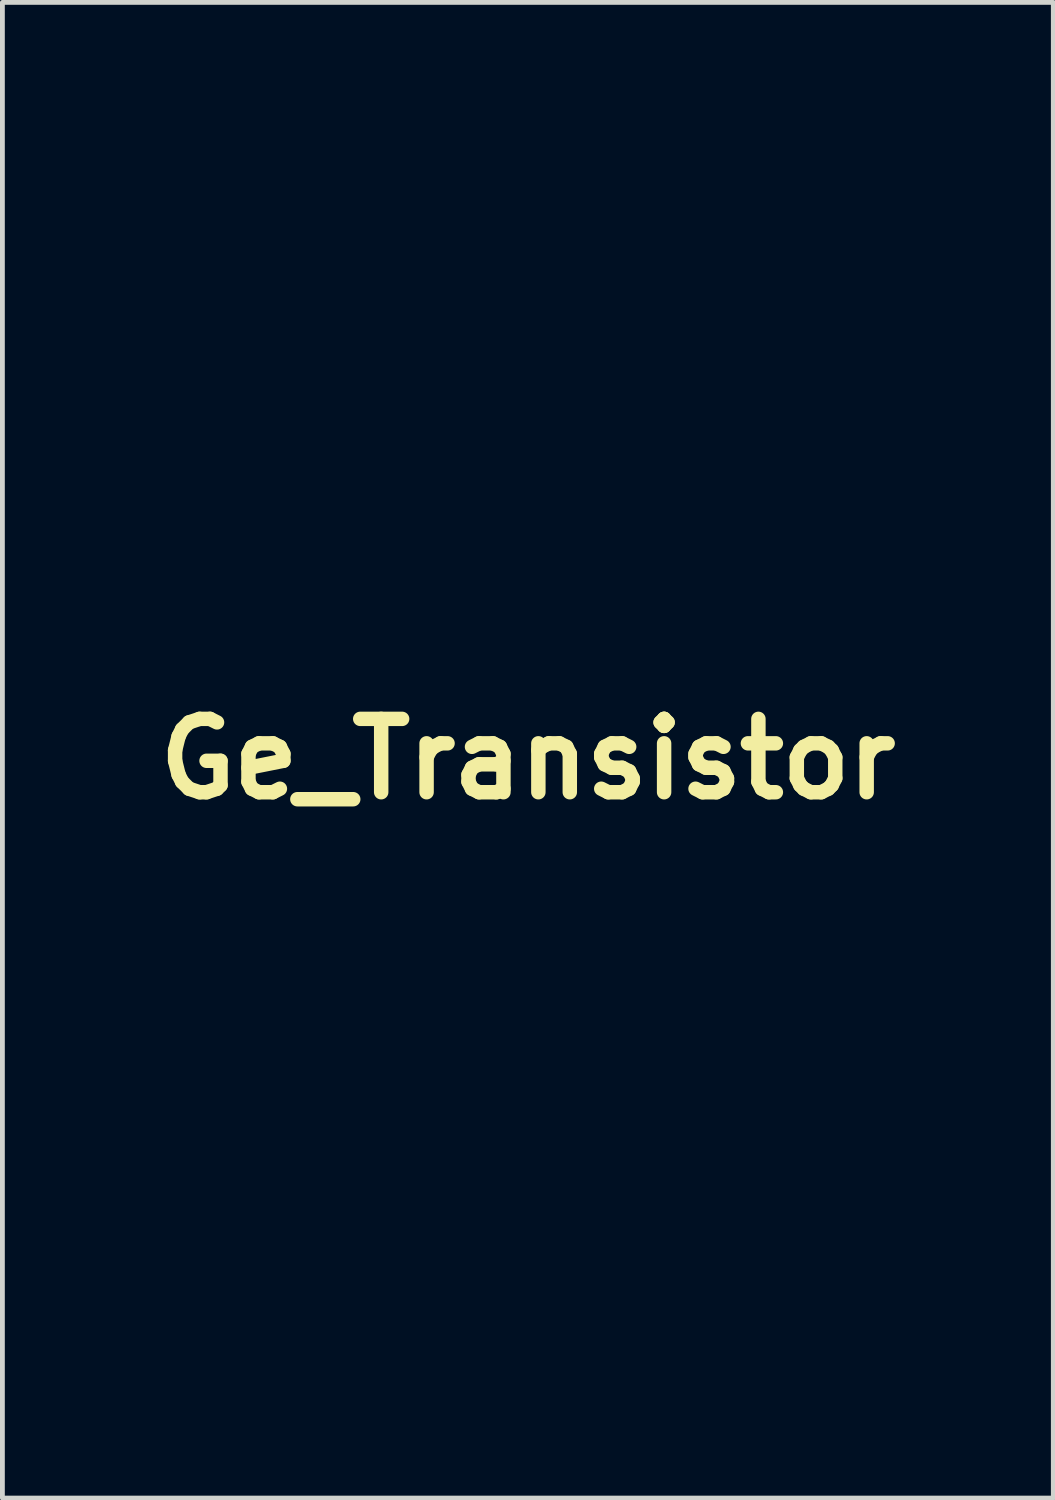
<source format=kicad_pcb>
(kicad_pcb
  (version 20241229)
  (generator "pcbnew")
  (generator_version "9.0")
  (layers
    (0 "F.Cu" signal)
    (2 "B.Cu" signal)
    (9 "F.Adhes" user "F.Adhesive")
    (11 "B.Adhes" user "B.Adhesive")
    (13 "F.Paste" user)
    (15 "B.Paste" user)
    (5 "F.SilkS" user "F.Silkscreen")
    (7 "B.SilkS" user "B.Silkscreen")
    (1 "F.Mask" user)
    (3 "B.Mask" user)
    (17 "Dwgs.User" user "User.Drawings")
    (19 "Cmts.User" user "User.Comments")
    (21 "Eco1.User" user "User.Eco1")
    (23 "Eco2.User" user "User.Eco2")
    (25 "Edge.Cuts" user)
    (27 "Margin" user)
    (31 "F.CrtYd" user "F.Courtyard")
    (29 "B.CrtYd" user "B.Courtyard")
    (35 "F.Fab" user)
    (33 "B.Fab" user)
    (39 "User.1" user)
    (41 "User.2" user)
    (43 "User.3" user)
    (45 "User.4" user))
  (footprint "Ge_Transistor"
    (layer "F.Cu")
    (at 7.918 12.721)
    (property "Reference" "Ge_Transistor" (at 0 0 0) (layer "F.SilkS") (effects (font (size 1.524 1.524) (thickness 0.3))))
    (attr through_hole)
    (fp_poly (pts (xy -4.318 -10.795) (xy -4.36 -10.753) (xy -4.403 -10.795) (xy -4.36 -10.837) (xy -4.318 -10.795)) (stroke (width 0.01) (type solid)) (fill no) (layer "Eco2.User"))
    (fp_poly (pts (xy 0.085 1.82) (xy 0.042 1.863) (xy 0 1.82) (xy 0.042 1.778) (xy 0.085 1.82)) (stroke (width 0.01) (type solid)) (fill no) (layer "Eco2.User"))
    (fp_poly (pts (xy -0.108 12.226) (xy -0.133 12.264) (xy -0.219 12.27) (xy -0.309 12.249) (xy -0.27 12.219) (xy -0.138 12.209) (xy -0.108 12.226)) (stroke (width 0.01) (type solid)) (fill no) (layer "Eco2.User"))
    (fp_poly (pts (xy 0.084 2.022) (xy 0.093 2.235) (xy 0.088 2.277) (xy 0.121 2.417) (xy 0.151 2.446) (xy 0.181 2.559) (xy 0.134 2.776) (xy 0.13 2.789) (xy 0.059 2.966) (xy 0.008 2.994) (xy -0.027 2.93) (xy -0.067 2.747) (xy -0.083 2.502) (xy -0.078 2.251) (xy -0.053 2.048) (xy -0.009 1.95) (xy 0 1.947) (xy 0.084 2.022)) (stroke (width 0.01) (type solid)) (fill no) (layer "Eco2.User"))
    (fp_poly (pts (xy -1.575 -7.197) (xy -1.087 -7.194) (xy -0.744 -7.185) (xy -0.518 -7.166) (xy -0.385 -7.135) (xy -0.32 -7.089) (xy -0.305 -7.063) (xy -0.283 -6.923) (xy -0.265 -6.659) (xy -0.254 -6.316) (xy -0.251 -6.11) (xy -0.248 -5.738) (xy -0.237 -5.511) (xy -0.214 -5.406) (xy -0.175 -5.4) (xy -0.127 -5.453) (xy -0.027 -5.554) (xy 0.028 -5.514) (xy 0.035 -5.495) (xy 0.086 -5.264) (xy 0.133 -4.923) (xy 0.17 -4.532) (xy 0.194 -4.149) (xy 0.198 -3.833) (xy 0.187 -3.683) (xy 0.157 -3.393) (xy 0.142 -3.042) (xy 0.141 -2.879) (xy 0.143 -2.61) (xy 0.144 -2.224) (xy 0.144 -1.772) (xy 0.143 -1.312) (xy 0.141 -0.776) (xy 0.139 -0.186) (xy 0.138 0.378) (xy 0.137 0.741) (xy 0.132 1.12) (xy 0.119 1.427) (xy 0.1 1.629) (xy 0.08 1.693) (xy 0.033 1.609) (xy -0.005 1.356) (xy -0.037 0.937) (xy -0.061 0.351) (xy -0.078 -0.399) (xy -0.087 -1.314) (xy -0.088 -2.376) (xy -0.089 -3.184) (xy -0.095 -3.87) (xy -0.106 -4.424) (xy -0.122 -4.838) (xy -0.142 -5.101) (xy -0.166 -5.205) (xy -0.166 -5.205) (xy -0.195 -5.141) (xy -0.218 -4.912) (xy -0.235 -4.525) (xy -0.246 -3.984) (xy -0.252 -3.295) (xy -0.252 -3.115) (xy -0.255 -2.361) (xy -0.262 -1.507) (xy -0.273 -0.618) (xy -0.286 0.241) (xy -0.301 1.006) (xy -0.303 1.122) (xy -0.352 3.218) (xy -0.155 3.298) (xy 0.042 3.378) (xy -0.148 3.435) (xy -0.276 3.505) (xy -0.33 3.65) (xy -0.339 3.827) (xy -0.318 4.056) (xy -0.255 4.131) (xy -0.233 4.127) (xy -0.161 4.026) (xy -0.127 3.83) (xy -0.127 3.81) (xy -0.098 3.609) (xy -0.029 3.496) (xy -0.021 3.493) (xy 0.032 3.481) (xy 0.068 3.504) (xy 0.089 3.588) (xy 0.099 3.757) (xy 0.098 4.037) (xy 0.091 4.453) (xy 0.088 4.614) (xy 0.089 5.066) (xy 0.109 5.523) (xy 0.143 5.916) (xy 0.169 6.094) (xy 0.218 6.42) (xy 0.218 6.606) (xy 0.175 6.673) (xy 0.037 6.786) (xy -0.038 6.966) (xy -0.017 7.131) (xy -0.005 7.148) (xy 0.057 7.299) (xy 0.116 7.57) (xy 0.167 7.914) (xy 0.204 8.281) (xy 0.222 8.625) (xy 0.215 8.896) (xy 0.204 8.975) (xy 0.178 9.175) (xy 0.154 9.499) (xy 0.135 9.902) (xy 0.122 10.329) (xy 0.114 10.779) (xy 0.105 11.208) (xy 0.098 11.564) (xy 0.093 11.787) (xy 0.078 12.028) (xy 0.038 12.134) (xy -0.042 12.138) (xy -0.051 12.135) (xy -0.082 12.11) (xy -0.109 12.051) (xy -0.13 11.945) (xy -0.146 11.776) (xy -0.157 11.531) (xy -0.164 11.195) (xy -0.168 10.754) (xy -0.168 10.193) (xy -0.165 9.498) (xy -0.159 8.654) (xy -0.156 8.229) (xy -0.15 7.265) (xy -0.147 6.46) (xy -0.149 5.803) (xy -0.154 5.283) (xy -0.163 4.888) (xy -0.176 4.608) (xy -0.195 4.432) (xy -0.218 4.35) (xy -0.227 4.341) (xy -0.265 4.374) (xy -0.293 4.511) (xy -0.313 4.769) (xy -0.325 5.16) (xy -0.332 5.702) (xy -0.332 5.89) (xy -0.337 7.105) (xy -0.342 8.203) (xy -0.349 9.177) (xy -0.356 10.021) (xy -0.365 10.728) (xy -0.375 11.292) (xy -0.385 11.704) (xy -0.396 11.959) (xy -0.405 12.044) (xy -0.466 12.181) (xy -0.529 12.163) (xy -0.586 12.001) (xy -0.623 11.748) (xy -0.637 11.491) (xy -0.644 11.115) (xy -0.644 10.668) (xy -0.637 10.198) (xy -0.636 10.16) (xy -0.608 8.987) (xy -0.584 7.925) (xy -0.565 6.981) (xy -0.551 6.164) (xy -0.542 5.48) (xy -0.538 4.938) (xy -0.54 4.545) (xy -0.547 4.308) (xy -0.55 4.276) (xy -0.085 4.276) (xy -0.042 4.318) (xy 0 4.276) (xy -0.042 4.233) (xy -0.085 4.276) (xy -0.55 4.276) (xy -0.555 4.238) (xy -0.579 4.092) (xy -0.598 3.82) (xy -0.612 3.459) (xy -0.621 3.043) (xy -0.624 2.608) (xy -0.622 2.191) (xy -0.614 1.826) (xy -0.599 1.549) (xy -0.579 1.395) (xy -0.572 1.379) (xy -0.545 1.26) (xy -0.526 1) (xy -0.515 0.628) (xy -0.512 0.173) (xy -0.516 -0.337) (xy -0.529 -0.873) (xy -0.549 -1.406) (xy -0.565 -1.693) (xy -0.597 -2.423) (xy -0.598 -3.007) (xy -0.568 -3.463) (xy -0.507 -3.81) (xy -0.504 -3.842) (xy -0.503 -3.92) (xy -0.504 -4.064) (xy -0.509 -4.293) (xy -0.517 -4.627) (xy -0.529 -5.086) (xy -0.546 -5.69) (xy -0.55 -5.842) (xy -0.562 -6.31) (xy -0.574 -6.635) (xy -0.594 -6.842) (xy -0.633 -6.957) (xy -0.697 -7.007) (xy -0.798 -7.017) (xy -0.942 -7.013) (xy -0.953 -7.013) (xy -1.284 -6.962) (xy -1.459 -6.854) (xy -1.598 -6.753) (xy -1.774 -6.752) (xy -1.882 -6.779) (xy -2.151 -6.845) (xy -2.298 -6.832) (xy -2.359 -6.719) (xy -2.371 -6.49) (xy -2.397 -6.176) (xy -2.464 -5.826) (xy -2.495 -5.711) (xy -2.563 -5.441) (xy -2.562 -5.292) (xy -2.52 -5.237) (xy -2.494 -5.139) (xy -2.472 -4.899) (xy -2.456 -4.543) (xy -2.444 -4.098) (xy -2.437 -3.592) (xy -2.435 -3.05) (xy -2.437 -2.5) (xy -2.444 -1.969) (xy -2.456 -1.483) (xy -2.473 -1.069) (xy -2.494 -0.754) (xy -2.52 -0.566) (xy -2.522 -0.556) (xy -2.577 -0.382) (xy -2.623 -0.292) (xy -2.662 -0.295) (xy -2.693 -0.402) (xy -2.718 -0.621) (xy -2.738 -0.962) (xy -2.753 -1.434) (xy -2.764 -2.047) (xy -2.772 -2.811) (xy -2.778 -3.724) (xy -2.789 -6.223) (xy -2.54 -6.223) (xy -2.498 -6.181) (xy -2.455 -6.223) (xy -2.498 -6.265) (xy -2.54 -6.223) (xy -2.789 -6.223) (xy -2.793 -7.197) (xy -1.575 -7.197)) (stroke (width 0.01) (type solid)) (fill no) (layer "Eco2.User"))
    (fp_poly (pts (xy -3.367 -12.679) (xy -2.859 -12.598) (xy -2.452 -12.55) (xy -2.08 -12.533) (xy -1.679 -12.545) (xy -1.187 -12.582) (xy -1.081 -12.591) (xy -0.708 -12.62) (xy -0.474 -12.621) (xy -0.346 -12.595) (xy -0.297 -12.545) (xy -0.188 -12.485) (xy 0.061 -12.466) (xy 0.425 -12.488) (xy 0.882 -12.55) (xy 1.027 -12.576) (xy 1.268 -12.592) (xy 1.392 -12.539) (xy 1.502 -12.476) (xy 1.688 -12.449) (xy 1.88 -12.458) (xy 2.011 -12.502) (xy 2.032 -12.54) (xy 2.112 -12.59) (xy 2.353 -12.61) (xy 2.69 -12.603) (xy 3.052 -12.578) (xy 3.292 -12.534) (xy 3.457 -12.459) (xy 3.553 -12.383) (xy 3.712 -12.251) (xy 3.822 -12.192) (xy 3.826 -12.192) (xy 3.875 -12.119) (xy 3.893 -11.959) (xy 3.876 -11.813) (xy 3.825 -11.832) (xy 3.822 -11.837) (xy 3.788 -11.807) (xy 3.754 -11.629) (xy 3.723 -11.326) (xy 3.701 -10.991) (xy 3.685 -10.567) (xy 3.688 -10.233) (xy 3.707 -10.017) (xy 3.73 -9.953) (xy 3.776 -9.827) (xy 3.805 -9.595) (xy 3.81 -9.44) (xy 3.827 -9.174) (xy 3.871 -8.974) (xy 3.903 -8.916) (xy 3.941 -8.796) (xy 3.855 -8.609) (xy 3.852 -8.606) (xy 3.753 -8.351) (xy 3.764 -8.067) (xy 3.807 -7.872) (xy 3.882 -7.776) (xy 4.04 -7.739) (xy 4.213 -7.729) (xy 4.459 -7.736) (xy 4.629 -7.776) (xy 4.665 -7.804) (xy 4.762 -7.854) (xy 4.96 -7.814) (xy 4.996 -7.802) (xy 5.204 -7.751) (xy 5.346 -7.755) (xy 5.353 -7.759) (xy 5.4 -7.74) (xy 5.382 -7.638) (xy 5.374 -7.477) (xy 5.415 -7.41) (xy 5.49 -7.289) (xy 5.503 -7.194) (xy 5.463 -7.078) (xy 5.368 -7.085) (xy 5.219 -7.077) (xy 5.167 -7.031) (xy 5.048 -6.973) (xy 4.771 -6.931) (xy 4.33 -6.905) (xy 4.193 -6.9) (xy 3.725 -6.88) (xy 3.407 -6.844) (xy 3.219 -6.792) (xy 3.163 -6.755) (xy 3.108 -6.658) (xy 3.061 -6.477) (xy 3.022 -6.199) (xy 2.99 -5.81) (xy 2.963 -5.297) (xy 2.942 -4.647) (xy 2.923 -3.846) (xy 2.917 -3.514) (xy 2.907 -2.958) (xy 2.894 -2.426) (xy 2.881 -1.954) (xy 2.868 -1.578) (xy 2.856 -1.334) (xy 2.856 -1.33) (xy 2.848 -1.059) (xy 2.86 -0.866) (xy 2.883 -0.802) (xy 2.899 -0.711) (xy 2.914 -0.472) (xy 2.926 -0.108) (xy 2.937 0.36) (xy 2.944 0.909) (xy 2.948 1.518) (xy 2.948 1.603) (xy 2.954 2.446) (xy 2.966 3.128) (xy 2.986 3.656) (xy 3.013 4.037) (xy 3.048 4.278) (xy 3.059 4.322) (xy 3.118 4.55) (xy 3.112 4.673) (xy 3.038 4.745) (xy 3.028 4.751) (xy 2.974 4.801) (xy 2.938 4.899) (xy 2.918 5.072) (xy 2.913 5.345) (xy 2.919 5.747) (xy 2.926 6.02) (xy 2.934 6.531) (xy 2.927 6.945) (xy 2.905 7.236) (xy 2.873 7.376) (xy 2.831 7.551) (xy 2.854 7.643) (xy 2.885 7.775) (xy 2.913 8.048) (xy 2.935 8.434) (xy 2.952 8.904) (xy 2.962 9.43) (xy 2.966 9.983) (xy 2.963 10.536) (xy 2.952 11.059) (xy 2.933 11.525) (xy 2.929 11.596) (xy 2.901 11.936) (xy 2.86 12.143) (xy 2.796 12.252) (xy 2.737 12.289) (xy 2.509 12.35) (xy 2.356 12.302) (xy 2.278 12.225) (xy 2.208 12.05) (xy 2.206 12.022) (xy 2.38 12.022) (xy 2.408 12.084) (xy 2.441 12.064) (xy 2.473 11.949) (xy 2.502 11.668) (xy 2.527 11.222) (xy 2.55 10.614) (xy 2.57 9.846) (xy 2.58 9.355) (xy 2.606 7.86) (xy 2.628 6.527) (xy 2.646 5.347) (xy 2.66 4.311) (xy 2.67 3.411) (xy 2.676 2.64) (xy 2.679 1.988) (xy 2.677 1.448) (xy 2.672 1.011) (xy 2.662 0.669) (xy 2.649 0.415) (xy 2.632 0.238) (xy 2.612 0.133) (xy 2.59 0.091) (xy 2.567 0.092) (xy 2.546 0.142) (xy 2.529 0.254) (xy 2.514 0.437) (xy 2.502 0.703) (xy 2.492 1.063) (xy 2.483 1.528) (xy 2.477 2.107) (xy 2.471 2.813) (xy 2.467 3.657) (xy 2.464 4.648) (xy 2.462 5.733) (xy 2.459 6.713) (xy 2.455 7.65) (xy 2.45 8.53) (xy 2.444 9.336) (xy 2.437 10.056) (xy 2.429 10.672) (xy 2.421 11.172) (xy 2.413 11.54) (xy 2.404 11.76) (xy 2.4 11.811) (xy 2.38 12.022) (xy 2.206 12.022) (xy 2.189 11.81) (xy 2.191 11.79) (xy 2.182 11.575) (xy 2.128 11.439) (xy 2.118 11.431) (xy 2.064 11.346) (xy 2.077 11.171) (xy 2.118 11.003) (xy 2.169 10.72) (xy 2.178 10.464) (xy 2.17 10.406) (xy 2.161 10.157) (xy 2.203 9.899) (xy 2.239 9.686) (xy 2.217 9.538) (xy 2.213 9.532) (xy 2.188 9.415) (xy 2.172 9.167) (xy 2.166 8.822) (xy 2.171 8.424) (xy 2.197 7.434) (xy 2.216 6.602) (xy 2.228 5.919) (xy 2.233 5.372) (xy 2.231 4.953) (xy 2.222 4.65) (xy 2.206 4.452) (xy 2.183 4.349) (xy 2.176 4.337) (xy 2.139 4.178) (xy 2.151 3.857) (xy 2.194 3.499) (xy 2.242 3.088) (xy 2.248 2.824) (xy 2.214 2.69) (xy 2.206 2.68) (xy 2.135 2.525) (xy 2.121 2.314) (xy 2.162 2.13) (xy 2.212 2.068) (xy 2.252 1.959) (xy 2.267 1.732) (xy 2.26 1.433) (xy 2.235 1.112) (xy 2.196 0.816) (xy 2.146 0.593) (xy 2.093 0.494) (xy 2.044 0.4) (xy 2.108 0.228) (xy 2.159 0.122) (xy 2.194 0.009) (xy 2.213 -0.139) (xy 2.216 -0.352) (xy 2.205 -0.659) (xy 2.182 -1.09) (xy 2.163 -1.397) (xy 2.142 -1.859) (xy 2.141 -2.243) (xy 2.158 -2.516) (xy 2.179 -2.62) (xy 2.207 -2.878) (xy 2.165 -2.993) (xy 2.475 -2.993) (xy 2.475 -2.339) (xy 2.476 -2.201) (xy 2.484 -1.495) (xy 2.496 -0.949) (xy 2.513 -0.555) (xy 2.535 -0.304) (xy 2.564 -0.187) (xy 2.6 -0.195) (xy 2.644 -0.319) (xy 2.647 -0.332) (xy 2.641 -0.509) (xy 2.598 -0.586) (xy 2.551 -0.664) (xy 2.6 -0.677) (xy 2.635 -0.74) (xy 2.659 -0.933) (xy 2.673 -1.268) (xy 2.677 -1.753) (xy 2.672 -2.307) (xy 2.664 -2.925) (xy 2.656 -3.395) (xy 2.648 -3.736) (xy 2.638 -3.969) (xy 2.626 -4.115) (xy 2.608 -4.194) (xy 2.585 -4.227) (xy 2.554 -4.233) (xy 2.542 -4.233) (xy 2.515 -4.15) (xy 2.495 -3.909) (xy 2.481 -3.52) (xy 2.475 -2.993) (xy 2.165 -2.993) (xy 2.146 -3.043) (xy 2.08 -3.247) (xy 2.043 -3.514) (xy 2.035 -3.791) (xy 2.058 -4.023) (xy 2.113 -4.156) (xy 2.131 -4.168) (xy 2.193 -4.271) (xy 2.205 -4.496) (xy 2.202 -4.534) (xy 2.176 -5.069) (xy 2.179 -5.715) (xy 2.186 -5.969) (xy 2.196 -6.299) (xy 2.203 -6.621) (xy 2.205 -6.714) (xy 2.209 -7.036) (xy 1.983 -6.888) (xy 1.821 -6.794) (xy 1.729 -6.798) (xy 1.653 -6.884) (xy 1.526 -6.997) (xy 1.407 -7.025) (xy 1.355 -6.953) (xy 1.282 -6.869) (xy 1.105 -6.825) (xy 0.882 -6.826) (xy 0.675 -6.875) (xy 0.611 -6.908) (xy 0.45 -6.995) (xy 0.344 -6.976) (xy 0.278 -6.919) (xy 0.198 -6.764) (xy 0.238 -6.634) (xy 0.289 -6.399) (xy 0.247 -6.133) (xy 0.128 -5.928) (xy 0.114 -5.916) (xy -0.008 -5.858) (xy -0.083 -5.935) (xy -0.115 -6.156) (xy -0.108 -6.531) (xy -0.105 -6.575) (xy -0.066 -7.181) (xy 0.284 -7.214) (xy 0.521 -7.228) (xy 0.87 -7.238) (xy 1.277 -7.243) (xy 1.524 -7.243) (xy 2.413 -7.239) (xy 2.436 -5.824) (xy 2.448 -5.283) (xy 2.464 -4.892) (xy 2.486 -4.635) (xy 2.515 -4.493) (xy 2.554 -4.448) (xy 2.566 -4.45) (xy 2.611 -4.521) (xy 2.645 -4.703) (xy 2.671 -5.013) (xy 2.69 -5.467) (xy 2.698 -5.822) (xy 2.716 -6.418) (xy 2.742 -6.847) (xy 2.779 -7.112) (xy 2.822 -7.215) (xy 2.958 -7.248) (xy 3.199 -7.267) (xy 3.387 -7.268) (xy 4.013 -7.262) (xy 4.483 -7.269) (xy 4.809 -7.292) (xy 5.003 -7.33) (xy 5.078 -7.384) (xy 5.08 -7.396) (xy 5.046 -7.44) (xy 4.93 -7.475) (xy 4.715 -7.504) (xy 4.38 -7.529) (xy 3.906 -7.552) (xy 3.535 -7.566) (xy 2.685 -7.594) (xy 1.992 -7.614) (xy 1.442 -7.624) (xy 1.021 -7.626) (xy 0.716 -7.619) (xy 0.515 -7.603) (xy 0.406 -7.579) (xy 0.227 -7.563) (xy 0.152 -7.591) (xy 0.037 -7.613) (xy -0.216 -7.632) (xy -0.573 -7.648) (xy -1.003 -7.661) (xy -1.473 -7.67) (xy -1.952 -7.675) (xy -2.407 -7.675) (xy -2.805 -7.67) (xy -3.115 -7.66) (xy -3.305 -7.644) (xy -3.344 -7.633) (xy -3.465 -7.612) (xy -3.706 -7.604) (xy -4.018 -7.611) (xy -4.064 -7.613) (xy -4.56 -7.637) (xy -4.913 -7.65) (xy -5.146 -7.65) (xy -5.287 -7.634) (xy -5.36 -7.599) (xy -5.391 -7.543) (xy -5.403 -7.472) (xy -5.384 -7.317) (xy -5.319 -7.278) (xy -5.194 -7.276) (xy -4.938 -7.275) (xy -4.587 -7.274) (xy -4.19 -7.274) (xy -3.785 -7.269) (xy -3.438 -7.254) (xy -3.186 -7.233) (xy -3.067 -7.208) (xy -3.036 -7.104) (xy -3.01 -6.835) (xy -2.989 -6.406) (xy -2.974 -5.821) (xy -2.963 -5.086) (xy -2.958 -4.205) (xy -2.959 -3.183) (xy -2.965 -2.025) (xy -2.971 -1.27) (xy -2.973 -1.005) (xy -2.974 -0.611) (xy -2.974 -0.125) (xy -2.974 0.412) (xy -2.973 0.889) (xy -2.974 1.381) (xy -2.975 2.006) (xy -2.979 2.728) (xy -2.983 3.512) (xy -2.988 4.32) (xy -2.995 5.117) (xy -2.997 5.442) (xy -3.004 6.295) (xy -3.005 6.989) (xy -3 7.535) (xy -2.99 7.942) (xy -2.972 8.222) (xy -2.948 8.385) (xy -2.915 8.441) (xy -2.875 8.401) (xy -2.849 8.343) (xy -2.837 8.23) (xy -2.826 7.969) (xy -2.815 7.585) (xy -2.807 7.101) (xy -2.8 6.538) (xy -2.797 5.92) (xy -2.797 5.837) (xy -2.792 5.183) (xy -2.782 4.553) (xy -2.768 3.976) (xy -2.749 3.481) (xy -2.729 3.097) (xy -2.706 2.855) (xy -2.664 2.428) (xy -2.681 2.113) (xy -2.718 1.965) (xy -2.768 1.704) (xy -2.788 1.362) (xy -2.78 0.985) (xy -2.748 0.623) (xy -2.693 0.322) (xy -2.62 0.132) (xy -2.603 0.111) (xy -2.567 0.086) (xy -2.539 0.1) (xy -2.517 0.169) (xy -2.502 0.307) (xy -2.492 0.531) (xy -2.488 0.856) (xy -2.489 1.297) (xy -2.494 1.869) (xy -2.503 2.588) (xy -2.508 2.972) (xy -2.519 3.85) (xy -2.53 4.843) (xy -2.541 5.897) (xy -2.551 6.958) (xy -2.559 7.971) (xy -2.565 8.882) (xy -2.566 9.017) (xy -2.571 9.722) (xy -2.58 10.375) (xy -2.591 10.957) (xy -2.605 11.447) (xy -2.62 11.826) (xy -2.635 12.074) (xy -2.651 12.171) (xy -2.787 12.263) (xy -2.867 12.277) (xy -3.058 12.227) (xy -3.156 12.171) (xy -3.203 12.117) (xy -3.239 12.02) (xy -3.268 11.858) (xy -3.29 11.611) (xy -3.308 11.258) (xy -3.325 10.778) (xy -3.328 10.626) (xy -3.217 10.626) (xy -3.175 10.668) (xy -3.133 10.626) (xy -3.175 10.583) (xy -3.217 10.626) (xy -3.328 10.626) (xy -3.336 10.324) (xy -3.039 10.324) (xy -3.035 10.895) (xy -3.024 11.369) (xy -3.007 11.727) (xy -2.984 11.951) (xy -2.959 12.023) (xy -2.928 11.942) (xy -2.903 11.717) (xy -2.883 11.371) (xy -2.872 10.93) (xy -2.871 10.774) (xy -2.867 10.291) (xy -2.862 9.832) (xy -2.857 9.442) (xy -2.851 9.163) (xy -2.85 9.109) (xy -2.861 8.83) (xy -2.913 8.676) (xy -2.937 8.659) (xy -2.974 8.69) (xy -3.001 8.822) (xy -3.02 9.07) (xy -3.032 9.449) (xy -3.038 9.974) (xy -3.039 10.324) (xy -3.336 10.324) (xy -3.34 10.151) (xy -3.341 10.125) (xy -3.352 9.472) (xy -3.354 8.926) (xy -3.346 8.505) (xy -3.33 8.221) (xy -3.306 8.09) (xy -3.303 8.087) (xy -3.255 7.954) (xy -3.216 7.71) (xy -3.198 7.487) (xy -3.194 7.198) (xy -3.218 7.048) (xy -3.277 7.008) (xy -3.291 7.01) (xy -3.348 6.992) (xy -3.375 6.889) (xy -3.374 6.671) (xy -3.353 6.375) (xy -3.337 6.109) (xy -3.32 5.702) (xy -3.301 5.185) (xy -3.283 4.586) (xy -3.265 3.935) (xy -3.249 3.26) (xy -3.234 2.592) (xy -3.223 1.958) (xy -3.215 1.389) (xy -3.211 0.913) (xy -3.211 0.561) (xy -3.212 0.508) (xy -3.205 0.168) (xy -3.174 -0.147) (xy -3.139 -0.326) (xy -3.098 -0.577) (xy -3.162 -0.772) (xy -3.175 -0.792) (xy -3.23 -0.963) (xy -3.271 -1.259) (xy -3.298 -1.633) (xy -3.309 -2.043) (xy -3.303 -2.443) (xy -3.28 -2.788) (xy -3.238 -3.035) (xy -3.225 -3.075) (xy -3.177 -3.283) (xy -3.147 -3.582) (xy -3.135 -3.922) (xy -3.142 -4.253) (xy -3.166 -4.527) (xy -3.209 -4.694) (xy -3.223 -4.713) (xy -3.263 -4.831) (xy -3.3 -5.079) (xy -3.328 -5.415) (xy -3.341 -5.682) (xy -3.353 -6.073) (xy -3.365 -6.418) (xy -3.374 -6.67) (xy -3.377 -6.763) (xy -3.406 -6.9) (xy -3.507 -6.933) (xy -3.637 -6.914) (xy -3.828 -6.899) (xy -3.932 -6.935) (xy -4.03 -6.962) (xy -4.259 -6.981) (xy -4.584 -6.989) (xy -4.867 -6.987) (xy -5.757 -6.969) (xy -5.757 -7.215) (xy -5.783 -7.384) (xy -5.85 -7.403) (xy -5.895 -7.407) (xy -5.863 -7.498) (xy -5.781 -7.629) (xy -5.675 -7.751) (xy -5.655 -7.769) (xy -5.522 -7.817) (xy -5.268 -7.862) (xy -4.94 -7.896) (xy -4.825 -7.904) (xy -4.106 -7.947) (xy -4.097 -8.27) (xy -4.06 -8.568) (xy -3.982 -8.846) (xy -3.977 -8.858) (xy -3.912 -9.059) (xy -3.944 -9.207) (xy -4.002 -9.29) (xy -3.76 -9.29) (xy -3.75 -9.008) (xy -3.675 -8.852) (xy -3.573 -8.701) (xy -3.571 -8.584) (xy -3.641 -8.551) (xy -3.7 -8.478) (xy -3.725 -8.3) (xy -3.725 -8.297) (xy -3.699 -8.111) (xy -3.6 -8.046) (xy -3.556 -8.043) (xy -3.419 -8.084) (xy -3.387 -8.14) (xy -3.326 -8.189) (xy -3.134 -8.201) (xy -2.815 -8.176) (xy -2.425 -8.141) (xy -2.089 -8.124) (xy -1.748 -8.126) (xy -1.345 -8.148) (xy -0.938 -8.18) (xy -0.593 -8.205) (xy -0.386 -8.21) (xy -0.287 -8.188) (xy -0.268 -8.139) (xy -0.28 -8.099) (xy -0.277 -7.98) (xy -0.209 -7.959) (xy -0.098 -8.012) (xy -0.085 -8.055) (xy -0.009 -8.097) (xy 0.186 -8.111) (xy 0.455 -8.099) (xy 0.75 -8.065) (xy 1.024 -8.01) (xy 1.079 -7.995) (xy 1.226 -7.981) (xy 1.272 -8.078) (xy 1.273 -8.097) (xy 1.283 -8.206) (xy 1.334 -8.176) (xy 1.392 -8.102) (xy 1.502 -8.006) (xy 1.569 -8.047) (xy 1.678 -8.1) (xy 1.924 -8.108) (xy 2.173 -8.087) (xy 2.502 -8.067) (xy 2.736 -8.082) (xy 2.819 -8.113) (xy 2.979 -8.189) (xy 3.133 -8.226) (xy 3.344 -8.255) (xy 3.344 -10.174) (xy 3.342 -10.728) (xy 3.335 -11.224) (xy 3.325 -11.637) (xy 3.313 -11.944) (xy 3.298 -12.118) (xy 3.289 -12.148) (xy 3.195 -12.161) (xy 2.95 -12.175) (xy 2.573 -12.188) (xy 2.082 -12.201) (xy 1.495 -12.214) (xy 0.831 -12.224) (xy 0.109 -12.233) (xy -0.096 -12.236) (xy -0.945 -12.243) (xy -1.64 -12.248) (xy -2.198 -12.248) (xy -2.635 -12.245) (xy -2.966 -12.237) (xy -3.207 -12.224) (xy -3.374 -12.206) (xy -3.484 -12.182) (xy -3.551 -12.151) (xy -3.573 -12.134) (xy -3.632 -12.059) (xy -3.674 -11.94) (xy -3.701 -11.75) (xy -3.716 -11.459) (xy -3.722 -11.04) (xy -3.724 -10.805) (xy -3.727 -10.342) (xy -3.735 -9.913) (xy -3.745 -9.56) (xy -3.757 -9.324) (xy -3.76 -9.29) (xy -4.002 -9.29) (xy -4.038 -9.342) (xy -4.139 -9.497) (xy -4.173 -9.658) (xy -4.169 -9.694) (xy -3.979 -9.694) (xy -3.937 -9.652) (xy -3.895 -9.694) (xy -3.937 -9.737) (xy -3.979 -9.694) (xy -4.169 -9.694) (xy -4.15 -9.894) (xy -4.132 -9.997) (xy -4.095 -10.268) (xy -4.087 -10.48) (xy -4.098 -10.55) (xy -4.102 -10.654) (xy -4.076 -10.668) (xy -4.039 -10.745) (xy -4.013 -10.945) (xy -3.997 -11.222) (xy -3.992 -11.53) (xy -3.998 -11.823) (xy -4.017 -12.055) (xy -4.049 -12.179) (xy -4.056 -12.187) (xy -4.073 -12.287) (xy -3.991 -12.472) (xy -3.976 -12.497) (xy -3.873 -12.645) (xy -3.771 -12.712) (xy -3.612 -12.716) (xy -3.367 -12.679)) (stroke (width 0.01) (type solid)) (fill no) (layer "Eco2.User")))
  (gr_rect
    (start -3 -3)
    (end 18.835 28.076)
    (stroke (width 0.1) (type default))
    (fill no)
    (layer "Edge.Cuts")))
</source>
